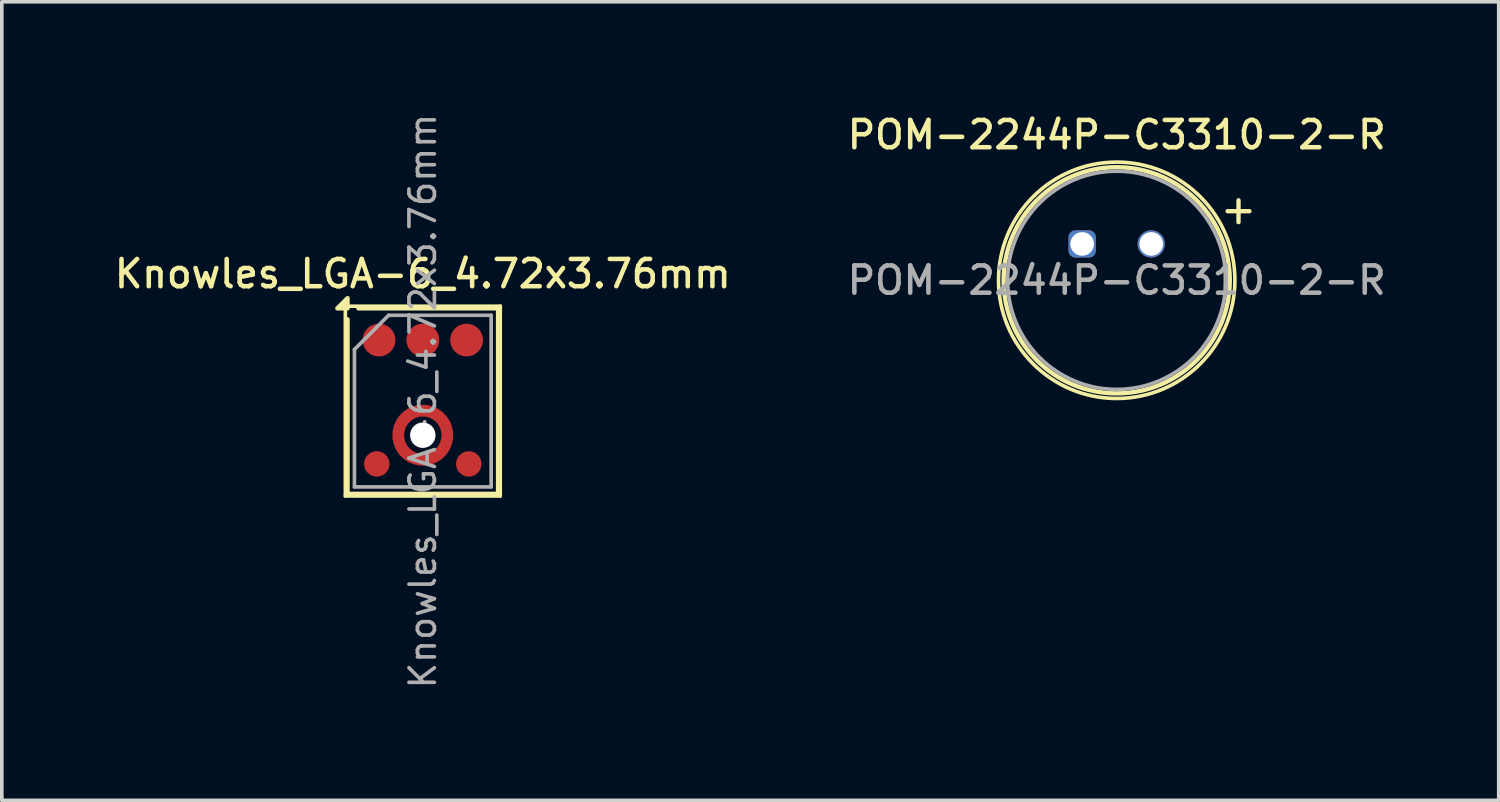
<source format=kicad_pcb>
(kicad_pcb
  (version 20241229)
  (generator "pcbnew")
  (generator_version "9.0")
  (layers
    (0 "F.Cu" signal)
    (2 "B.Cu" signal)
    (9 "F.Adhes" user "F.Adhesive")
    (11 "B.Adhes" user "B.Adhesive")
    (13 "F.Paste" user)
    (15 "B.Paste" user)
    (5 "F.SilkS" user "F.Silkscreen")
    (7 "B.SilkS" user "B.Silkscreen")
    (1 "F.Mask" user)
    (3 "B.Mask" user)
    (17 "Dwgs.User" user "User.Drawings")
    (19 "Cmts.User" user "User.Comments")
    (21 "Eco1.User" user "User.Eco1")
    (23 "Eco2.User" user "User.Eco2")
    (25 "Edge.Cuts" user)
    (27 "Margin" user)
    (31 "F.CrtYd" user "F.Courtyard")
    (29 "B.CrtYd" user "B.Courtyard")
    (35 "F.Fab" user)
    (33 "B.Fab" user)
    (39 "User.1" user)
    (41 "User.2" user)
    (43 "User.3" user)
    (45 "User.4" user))
  (footprint "Knowles_LGA-6_4.72x3.76mm"
    (layer "F.Cu")
    (at 8.577 7.98)
    (property "Reference" "Knowles_LGA-6_4.72x3.76mm" (at 0 -3.5 0) (layer "F.SilkS") (effects (font (size 0.75 0.75) (thickness 0.125))))
    (attr smd)
    (fp_line (start -2.13 -2.61) (end 2.13 -2.61) (stroke (width 0.1) (type solid)) (layer "F.SilkS"))
    (fp_line (start -2.13 2.61) (end -2.13 -2.61) (stroke (width 0.1) (type solid)) (layer "F.SilkS"))
    (fp_line (start -2.07 -2.25) (end -2.07 2.55) (stroke (width 0.12) (type solid)) (layer "F.SilkS"))
    (fp_line (start 2.07 -2.55) (end -1.77 -2.55) (stroke (width 0.12) (type solid)) (layer "F.SilkS"))
    (fp_line (start 2.07 -2.55) (end 2.07 2.55) (stroke (width 0.12) (type solid)) (layer "F.SilkS"))
    (fp_line (start 2.07 2.55) (end -2.07 2.55) (stroke (width 0.12) (type solid)) (layer "F.SilkS"))
    (fp_line (start 2.13 -2.61) (end 2.13 2.61) (stroke (width 0.1) (type solid)) (layer "F.SilkS"))
    (fp_line (start 2.13 2.61) (end -2.13 2.61) (stroke (width 0.1) (type solid)) (layer "F.SilkS"))
    (fp_poly (pts (xy -2.07 -2.55) (xy -2.35 -2.55) (xy -2.07 -2.83) (xy -2.07 -2.55)) (stroke (width 0.12) (type solid)) (fill yes) (layer "F.SilkS"))
    (fp_arc (start -0.6073 1.233) (mid -0.675406 0.938) (end -0.6073 0.643) (stroke (width 0.3) (type solid)) (layer "F.Paste"))
    (fp_arc (start -0.295 0.3307) (mid 0 0.262594) (end 0.295 0.3307) (stroke (width 0.3) (type solid)) (layer "F.Paste"))
    (fp_arc (start 0.295 1.5453) (mid 0 1.613406) (end -0.295 1.5453) (stroke (width 0.3255) (type solid)) (layer "F.Paste"))
    (fp_arc (start 0.6073 0.643) (mid 0.675406 0.938) (end 0.6073 1.233) (stroke (width 0.3) (type solid)) (layer "F.Paste"))
    (fp_line (start -1.88 -1.42) (end -0.94 -2.36) (stroke (width 0.1) (type default)) (layer "F.Fab"))
    (fp_line (start -1.88 2.36) (end -1.88 -1.42) (stroke (width 0.1) (type solid)) (layer "F.Fab"))
    (fp_line (start 1.88 -2.36) (end -0.94 -2.36) (stroke (width 0.1) (type solid)) (layer "F.Fab"))
    (fp_line (start 1.88 -2.36) (end 1.88 2.36) (stroke (width 0.1) (type solid)) (layer "F.Fab"))
    (fp_line (start 1.88 2.36) (end -1.88 2.36) (stroke (width 0.1) (type solid)) (layer "F.Fab"))
    (fp_text user "${REFERENCE}" (at 0 0 90) (layer "F.Fab") (effects (font (size 0.7 0.7) (thickness 0.1))))
    (pad "" np_thru_hole circle (at 0 0.938) (size 0.7 0.7) (drill 0.7) (layers "*.Cu" "*.Mask"))
    (pad "1" smd circle (at -1.204 -1.678) (size 0.9 0.9) (layers "F.Cu" "F.Mask" "F.Paste"))
    (pad "2" smd circle (at -1.265 1.728) (size 0.7 0.7) (layers "F.Cu" "F.Mask" "F.Paste"))
    (pad "3" smd custom (at 0 1.613) (size 0.3 0.3) (layers "F.Cu" "F.Mask") (options (anchor circle)) (primitives (gr_circle (center 0 -0.675) (end 0.675 -0.675) (width 0.326) (fill no))))
    (pad "4" smd circle (at 1.265 1.728) (size 0.7 0.7) (layers "F.Cu" "F.Mask" "F.Paste"))
    (pad "5" smd circle (at 1.204 -1.678) (size 0.9 0.9) (layers "F.Cu" "F.Mask" "F.Paste"))
    (pad "6" smd circle (at 0 -1.678) (size 0.9 0.9) (layers "F.Cu" "F.Mask" "F.Paste")))
  (footprint "POM-2244P-C3310-2-R"
    (layer "F.Cu")
    (at 26.709 3.658)
    (property "Reference" "POM-2244P-C3310-2-R" (at 0.95 -3 0) (layer "F.SilkS") (effects (font (size 0.75 0.75) (thickness 0.125))))
    (attr through_hole)
    (fp_line (start 4.3 -1.2) (end 4.3 -0.6) (stroke (width 0.12) (type default)) (layer "F.SilkS"))
    (fp_line (start 4.3 -0.9) (end 4 -0.9) (stroke (width 0.12) (type default)) (layer "F.SilkS"))
    (fp_line (start 4.3 -0.9) (end 4.6 -0.9) (stroke (width 0.12) (type default)) (layer "F.SilkS"))
    (fp_circle (center 0.95 1) (end 4.06 1) (stroke (width 0.12) (type default)) (fill no) (layer "F.SilkS"))
    (fp_circle (center 0.95 1) (end 4.2 1) (stroke (width 0.1) (type default)) (fill no) (layer "F.SilkS"))
    (fp_circle (center 0.95 1) (end 0.95 -2) (stroke (width 0.1) (type default)) (fill no) (layer "F.Fab"))
    (fp_text user "${REFERENCE}" (at 0.95 1 0) (layer "F.Fab") (effects (font (size 0.75 0.75) (thickness 0.125))))
    (pad "1" thru_hole roundrect (at 0 0) (size 0.75 0.75) (drill 0.65) (layers "*.Cu" "*.Mask") (roundrect_rratio 0.25))
    (pad "2" thru_hole circle (at 1.9 0) (size 0.75 0.75) (drill 0.65) (layers "*.Cu" "*.Mask")))
  (gr_rect
    (start -3 -3)
    (end 38.164 18.96)
    (stroke (width 0.1) (type default))
    (fill no)
    (layer "Edge.Cuts")))
</source>
